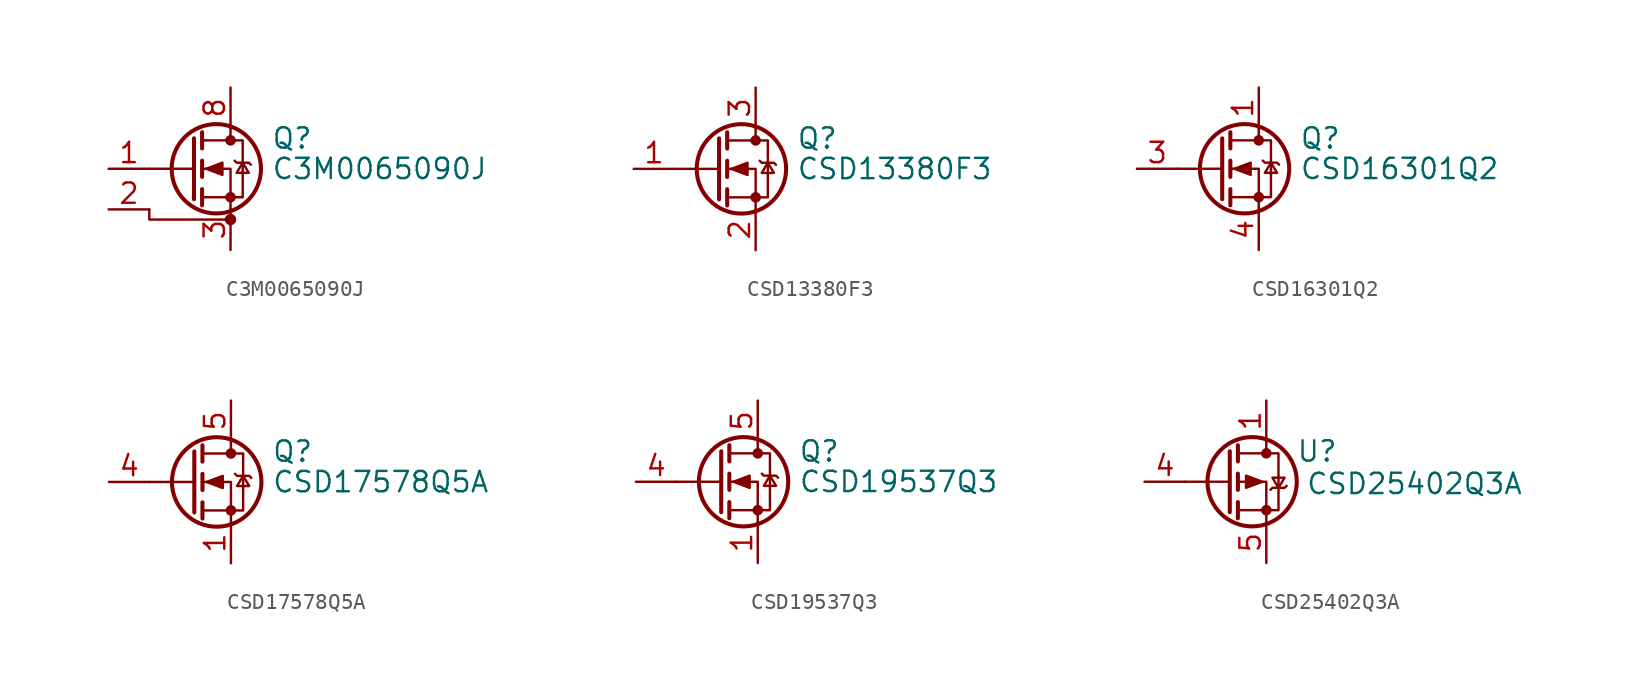
<source format=kicad_sym>
(kicad_symbol_lib
  (version 20241209)
  (generator "kicad_symbol_editor")
  (generator_version "9.0")
  (symbol "C3M0065090J"
    (pin_names
      (hide yes))
    (property "Reference" "Q"
      (at 5.08 1.905 0)
      (effects (font (size 1.27 1.27)) (justify left)))
    (property "Value" "C3M0065090J"
      (at 5.08 0 0)
      (effects (font (size 1.27 1.27)) (justify left)))
    (symbol "C3M0065090J_0_1"
      (polyline (pts (xy -2.54 -2.54) (xy -2.54 -3.175) (xy 2.54 -3.175)) (stroke (width 0) (type default)) (fill (type none)))
      (polyline (pts (xy 0.254 1.905) (xy 0.254 -1.905)) (stroke (width 0.254) (type default)) (fill (type none)))
      (polyline (pts (xy 0.254 0) (xy -2.54 0)) (stroke (width 0) (type default)) (fill (type none)))
      (polyline (pts (xy 0.762 2.286) (xy 0.762 1.27)) (stroke (width 0.254) (type default)) (fill (type none)))
      (polyline (pts (xy 0.762 0.508) (xy 0.762 -0.508)) (stroke (width 0.254) (type default)) (fill (type none)))
      (polyline (pts (xy 0.762 -1.27) (xy 0.762 -2.286)) (stroke (width 0.254) (type default)) (fill (type none)))
      (polyline (pts (xy 0.762 -1.778) (xy 3.302 -1.778) (xy 3.302 1.778) (xy 0.762 1.778)) (stroke (width 0) (type default)) (fill (type none)))
      (polyline (pts (xy 1.016 0) (xy 2.032 0.381) (xy 2.032 -0.381) (xy 1.016 0)) (stroke (width 0) (type default)) (fill (type outline)))
      (circle (center 1.651 0) (radius 2.794) (stroke (width 0.254) (type default)) (fill (type none)))
      (polyline (pts (xy 2.54 2.54) (xy 2.54 1.778)) (stroke (width 0) (type default)) (fill (type none)))
      (circle (center 2.54 1.778) (radius 0.254) (stroke (width 0) (type default)) (fill (type outline)))
      (circle (center 2.54 -1.778) (radius 0.254) (stroke (width 0) (type default)) (fill (type outline)))
      (polyline (pts (xy 2.54 -2.54) (xy 2.54 0) (xy 0.762 0)) (stroke (width 0) (type default)) (fill (type none)))
      (circle (center 2.54 -3.175) (radius 0.279) (stroke (width 0) (type default)) (fill (type outline)))
      (polyline (pts (xy 2.794 0.508) (xy 2.921 0.381) (xy 3.683 0.381) (xy 3.81 0.254)) (stroke (width 0) (type default)) (fill (type none)))
      (polyline (pts (xy 3.302 0.381) (xy 2.921 -0.254) (xy 3.683 -0.254) (xy 3.302 0.381)) (stroke (width 0) (type default)) (fill (type none))))
    (symbol "C3M0065090J_1_1"
      (pin input line (at -5.08 0 0) (length 2.54) (name "G" (effects (font (size 1.27 1.27)))) (number "1" (effects (font (size 1.27 1.27)))))
      (pin passive line (at -5.08 -2.54 0) (length 2.54) (name "DS" (effects (font (size 1.27 1.27)))) (number "2" (effects (font (size 1.27 1.27)))))
      (pin passive line (at 2.54 5.08 270) (length 2.54) (name "D" (effects (font (size 1.27 1.27)))) (number "8" (effects (font (size 1.27 1.27)))))
      (pin passive line (at 2.54 -5.08 90) (length 2.54) (name "S" (effects (font (size 1.27 1.27)))) (number "3" (effects (font (size 1.27 1.27)))))
      (pin passive line (at 2.54 -5.08 90) (length 2.54) (hide yes) (name "S" (effects (font (size 1.27 1.27)))) (number "4" (effects (font (size 1.27 1.27)))))
      (pin passive line (at 2.54 -5.08 90) (length 2.54) (hide yes) (name "S" (effects (font (size 1.27 1.27)))) (number "5" (effects (font (size 1.27 1.27)))))
      (pin passive line (at 2.54 -5.08 90) (length 2.54) (hide yes) (name "S" (effects (font (size 1.27 1.27)))) (number "6" (effects (font (size 1.27 1.27)))))
      (pin passive line (at 2.54 -5.08 90) (length 2.54) (hide yes) (name "S" (effects (font (size 1.27 1.27)))) (number "7" (effects (font (size 1.27 1.27)))))))
  (symbol "CSD13380F3"
    (pin_names
      (hide yes))
    (property "Reference" "Q"
      (at 5.08 1.905 0)
      (effects (font (size 1.27 1.27)) (justify left)))
    (property "Value" "CSD13380F3"
      (at 5.08 0 0)
      (effects (font (size 1.27 1.27)) (justify left)))
    (symbol "CSD13380F3_1_1"
      (polyline (pts (xy 0.254 0) (xy -2.54 0)) (stroke (width 0) (type default)) (fill (type none)))
      (polyline (pts (xy 0.254 -1.905) (xy 0.254 1.905)) (stroke (width 0.254) (type default)) (fill (type none)))
      (polyline (pts (xy 0.762 1.778) (xy 3.302 1.778) (xy 3.302 -1.778) (xy 0.762 -1.778)) (stroke (width 0) (type default)) (fill (type none)))
      (polyline (pts (xy 0.762 1.27) (xy 0.762 2.286)) (stroke (width 0.254) (type default)) (fill (type none)))
      (polyline (pts (xy 0.762 -0.508) (xy 0.762 0.508)) (stroke (width 0.254) (type default)) (fill (type none)))
      (polyline (pts (xy 0.762 -2.286) (xy 0.762 -1.27)) (stroke (width 0.254) (type default)) (fill (type none)))
      (polyline (pts (xy 1.016 0) (xy 2.032 -0.381) (xy 2.032 0.381) (xy 1.016 0)) (stroke (width 0) (type default)) (fill (type outline)))
      (circle (center 1.651 0) (radius 2.794) (stroke (width 0.254) (type default)) (fill (type none)))
      (polyline (pts (xy 2.54 1.905) (xy 2.54 2.54)) (stroke (width 0) (type default)) (fill (type none)))
      (circle (center 2.54 1.778) (radius 0.254) (stroke (width 0) (type default)) (fill (type outline)))
      (circle (center 2.54 -1.778) (radius 0.254) (stroke (width 0) (type default)) (fill (type outline)))
      (polyline (pts (xy 2.54 -2.54) (xy 2.54 0) (xy 0.762 0)) (stroke (width 0) (type default)) (fill (type none)))
      (polyline (pts (xy 2.794 0.508) (xy 2.921 0.381) (xy 3.683 0.381) (xy 3.81 0.254)) (stroke (width 0) (type default)) (fill (type none)))
      (polyline (pts (xy 3.302 0.381) (xy 2.921 -0.254) (xy 3.683 -0.254) (xy 3.302 0.381)) (stroke (width 0) (type default)) (fill (type none)))
      (pin input line (at -5.08 0 0) (length 2.54) (name "G" (effects (font (size 1.27 1.27)))) (number "1" (effects (font (size 1.27 1.27)))))
      (pin passive line (at 2.54 5.08 270) (length 2.54) (name "D" (effects (font (size 1.27 1.27)))) (number "3" (effects (font (size 1.27 1.27)))))
      (pin passive line (at 2.54 -5.08 90) (length 2.54) (name "S" (effects (font (size 1.27 1.27)))) (number "2" (effects (font (size 1.27 1.27)))))))
  (symbol "CSD16301Q2"
    (pin_names
      (hide yes))
    (property "Reference" "Q"
      (at 5.08 1.905 0)
      (effects (font (size 1.27 1.27)) (justify left)))
    (property "Value" "CSD16301Q2"
      (at 5.08 0 0)
      (effects (font (size 1.27 1.27)) (justify left)))
    (symbol "CSD16301Q2_0_1"
      (polyline (pts (xy 0.254 1.905) (xy 0.254 -1.905)) (stroke (width 0.254) (type default)) (fill (type none)))
      (polyline (pts (xy 0.254 0) (xy -2.54 0)) (stroke (width 0) (type default)) (fill (type none)))
      (polyline (pts (xy 0.762 2.286) (xy 0.762 1.27)) (stroke (width 0.254) (type default)) (fill (type none)))
      (polyline (pts (xy 0.762 0.508) (xy 0.762 -0.508)) (stroke (width 0.254) (type default)) (fill (type none)))
      (polyline (pts (xy 0.762 -1.27) (xy 0.762 -2.286)) (stroke (width 0.254) (type default)) (fill (type none)))
      (polyline (pts (xy 0.762 -1.778) (xy 3.302 -1.778) (xy 3.302 1.778) (xy 0.762 1.778)) (stroke (width 0) (type default)) (fill (type none)))
      (polyline (pts (xy 1.016 0) (xy 2.032 0.381) (xy 2.032 -0.381) (xy 1.016 0)) (stroke (width 0) (type default)) (fill (type outline)))
      (circle (center 1.651 0) (radius 2.794) (stroke (width 0.254) (type default)) (fill (type none)))
      (polyline (pts (xy 2.54 2.54) (xy 2.54 1.778)) (stroke (width 0) (type default)) (fill (type none)))
      (circle (center 2.54 1.778) (radius 0.254) (stroke (width 0) (type default)) (fill (type outline)))
      (circle (center 2.54 -1.778) (radius 0.254) (stroke (width 0) (type default)) (fill (type outline)))
      (polyline (pts (xy 2.54 -2.54) (xy 2.54 0) (xy 0.762 0)) (stroke (width 0) (type default)) (fill (type none)))
      (polyline (pts (xy 2.794 0.508) (xy 2.921 0.381) (xy 3.683 0.381) (xy 3.81 0.254)) (stroke (width 0) (type default)) (fill (type none)))
      (polyline (pts (xy 3.302 0.381) (xy 2.921 -0.254) (xy 3.683 -0.254) (xy 3.302 0.381)) (stroke (width 0) (type default)) (fill (type none))))
    (symbol "CSD16301Q2_1_1"
      (pin passive line (at -5.08 0 0) (length 2.54) (name "G" (effects (font (size 1.27 1.27)))) (number "3" (effects (font (size 1.27 1.27)))))
      (pin passive line (at 2.54 5.08 270) (length 2.54) (name "D" (effects (font (size 1.27 1.27)))) (number "1" (effects (font (size 1.27 1.27)))))
      (pin passive line (at 2.54 5.08 270) (length 2.54) (hide yes) (name "D" (effects (font (size 1.27 1.27)))) (number "2" (effects (font (size 1.27 1.27)))))
      (pin passive line (at 2.54 5.08 270) (length 2.54) (hide yes) (name "D" (effects (font (size 1.27 1.27)))) (number "5" (effects (font (size 1.27 1.27)))))
      (pin passive line (at 2.54 5.08 270) (length 2.54) (hide yes) (name "D" (effects (font (size 1.27 1.27)))) (number "6" (effects (font (size 1.27 1.27)))))
      (pin passive line (at 2.54 5.08 270) (length 2.54) (hide yes) (name "D" (effects (font (size 1.27 1.27)))) (number "8" (effects (font (size 1.27 1.27)))))
      (pin passive line (at 2.54 -5.08 90) (length 2.54) (name "S" (effects (font (size 1.27 1.27)))) (number "4" (effects (font (size 1.27 1.27)))))
      (pin passive line (at 2.54 -5.08 90) (length 2.54) (hide yes) (name "S" (effects (font (size 1.27 1.27)))) (number "7" (effects (font (size 1.27 1.27)))))))
  (symbol "CSD17578Q5A"
    (pin_names
      (hide yes))
    (property "Reference" "Q"
      (at 5.08 1.905 0)
      (effects (font (size 1.27 1.27)) (justify left)))
    (property "Value" "CSD17578Q5A"
      (at 5.08 0 0)
      (effects (font (size 1.27 1.27)) (justify left)))
    (symbol "CSD17578Q5A_0_1"
      (polyline (pts (xy 0.254 1.905) (xy 0.254 -1.905)) (stroke (width 0.254) (type default)) (fill (type none)))
      (polyline (pts (xy 0.254 0) (xy -2.54 0)) (stroke (width 0) (type default)) (fill (type none)))
      (polyline (pts (xy 0.762 2.286) (xy 0.762 1.27)) (stroke (width 0.254) (type default)) (fill (type none)))
      (polyline (pts (xy 0.762 0.508) (xy 0.762 -0.508)) (stroke (width 0.254) (type default)) (fill (type none)))
      (polyline (pts (xy 0.762 -1.27) (xy 0.762 -2.286)) (stroke (width 0.254) (type default)) (fill (type none)))
      (polyline (pts (xy 0.762 -1.778) (xy 3.302 -1.778) (xy 3.302 1.778) (xy 0.762 1.778)) (stroke (width 0) (type default)) (fill (type none)))
      (polyline (pts (xy 1.016 0) (xy 2.032 0.381) (xy 2.032 -0.381) (xy 1.016 0)) (stroke (width 0) (type default)) (fill (type outline)))
      (circle (center 1.651 0) (radius 2.794) (stroke (width 0.254) (type default)) (fill (type none)))
      (polyline (pts (xy 2.54 2.54) (xy 2.54 1.778)) (stroke (width 0) (type default)) (fill (type none)))
      (circle (center 2.54 1.778) (radius 0.254) (stroke (width 0) (type default)) (fill (type outline)))
      (circle (center 2.54 -1.778) (radius 0.254) (stroke (width 0) (type default)) (fill (type outline)))
      (polyline (pts (xy 2.54 -2.54) (xy 2.54 0) (xy 0.762 0)) (stroke (width 0) (type default)) (fill (type none)))
      (polyline (pts (xy 2.794 0.508) (xy 2.921 0.381) (xy 3.683 0.381) (xy 3.81 0.254)) (stroke (width 0) (type default)) (fill (type none)))
      (polyline (pts (xy 3.302 0.381) (xy 2.921 -0.254) (xy 3.683 -0.254) (xy 3.302 0.381)) (stroke (width 0) (type default)) (fill (type none))))
    (symbol "CSD17578Q5A_1_1"
      (pin passive line (at -5.08 0 0) (length 2.54) (name "G" (effects (font (size 1.27 1.27)))) (number "4" (effects (font (size 1.27 1.27)))))
      (pin passive line (at 2.54 5.08 270) (length 2.54) (name "D" (effects (font (size 1.27 1.27)))) (number "5" (effects (font (size 1.27 1.27)))))
      (pin passive line (at 2.54 -5.08 90) (length 2.54) (name "S" (effects (font (size 1.27 1.27)))) (number "1" (effects (font (size 1.27 1.27)))))
      (pin passive line (at 2.54 -5.08 90) (length 2.54) (hide yes) (name "S" (effects (font (size 1.27 1.27)))) (number "2" (effects (font (size 1.27 1.27)))))
      (pin passive line (at 2.54 -5.08 90) (length 2.54) (hide yes) (name "S" (effects (font (size 1.27 1.27)))) (number "3" (effects (font (size 1.27 1.27)))))))
  (symbol "CSD19537Q3"
    (pin_names
      (hide yes))
    (property "Reference" "Q"
      (at 5.08 1.905 0)
      (effects (font (size 1.27 1.27)) (justify left)))
    (property "Value" "CSD19537Q3"
      (at 5.08 0 0)
      (effects (font (size 1.27 1.27)) (justify left)))
    (symbol "CSD19537Q3_0_1"
      (polyline (pts (xy 0.254 1.905) (xy 0.254 -1.905)) (stroke (width 0.254) (type default)) (fill (type none)))
      (polyline (pts (xy 0.254 0) (xy -2.54 0)) (stroke (width 0) (type default)) (fill (type none)))
      (polyline (pts (xy 0.762 2.286) (xy 0.762 1.27)) (stroke (width 0.254) (type default)) (fill (type none)))
      (polyline (pts (xy 0.762 0.508) (xy 0.762 -0.508)) (stroke (width 0.254) (type default)) (fill (type none)))
      (polyline (pts (xy 0.762 -1.27) (xy 0.762 -2.286)) (stroke (width 0.254) (type default)) (fill (type none)))
      (polyline (pts (xy 0.762 -1.778) (xy 3.302 -1.778) (xy 3.302 1.778) (xy 0.762 1.778)) (stroke (width 0) (type default)) (fill (type none)))
      (polyline (pts (xy 1.016 0) (xy 2.032 0.381) (xy 2.032 -0.381) (xy 1.016 0)) (stroke (width 0) (type default)) (fill (type outline)))
      (circle (center 1.651 0) (radius 2.794) (stroke (width 0.254) (type default)) (fill (type none)))
      (polyline (pts (xy 2.54 2.54) (xy 2.54 1.778)) (stroke (width 0) (type default)) (fill (type none)))
      (circle (center 2.54 1.778) (radius 0.254) (stroke (width 0) (type default)) (fill (type outline)))
      (circle (center 2.54 -1.778) (radius 0.254) (stroke (width 0) (type default)) (fill (type outline)))
      (polyline (pts (xy 2.54 -2.54) (xy 2.54 0) (xy 0.762 0)) (stroke (width 0) (type default)) (fill (type none)))
      (polyline (pts (xy 2.794 0.508) (xy 2.921 0.381) (xy 3.683 0.381) (xy 3.81 0.254)) (stroke (width 0) (type default)) (fill (type none)))
      (polyline (pts (xy 3.302 0.381) (xy 2.921 -0.254) (xy 3.683 -0.254) (xy 3.302 0.381)) (stroke (width 0) (type default)) (fill (type none))))
    (symbol "CSD19537Q3_1_1"
      (pin passive line (at -5.08 0 0) (length 2.54) (name "G" (effects (font (size 1.27 1.27)))) (number "4" (effects (font (size 1.27 1.27)))))
      (pin passive line (at 2.54 5.08 270) (length 2.54) (name "D" (effects (font (size 1.27 1.27)))) (number "5" (effects (font (size 1.27 1.27)))))
      (pin passive line (at 2.54 -5.08 90) (length 2.54) (name "S" (effects (font (size 1.27 1.27)))) (number "1" (effects (font (size 1.27 1.27)))))
      (pin passive line (at 2.54 -5.08 90) (length 2.54) (hide yes) (name "S" (effects (font (size 1.27 1.27)))) (number "2" (effects (font (size 1.27 1.27)))))
      (pin passive line (at 2.54 -5.08 90) (length 2.54) (hide yes) (name "S" (effects (font (size 1.27 1.27)))) (number "3" (effects (font (size 1.27 1.27)))))))
  (symbol "CSD25402Q3A"
    (pin_names
      (hide yes))
    (property "Reference" "U"
      (at 5.715 1.905 0)
      (effects (font (size 1.27 1.27))))
    (property "Value" "CSD25402Q3A"
      (at 11.811 -0.127 0)
      (effects (font (size 1.27 1.27))))
    (symbol "CSD25402Q3A_0_1"
      (polyline (pts (xy 0.254 1.905) (xy 0.254 -1.905)) (stroke (width 0.254) (type default)) (fill (type none)))
      (polyline (pts (xy 0.254 0) (xy -2.54 0)) (stroke (width 0) (type default)) (fill (type none)))
      (polyline (pts (xy 0.762 2.286) (xy 0.762 1.27)) (stroke (width 0.254) (type default)) (fill (type none)))
      (polyline (pts (xy 0.762 1.778) (xy 3.302 1.778) (xy 3.302 -1.778) (xy 0.762 -1.778)) (stroke (width 0) (type default)) (fill (type none)))
      (polyline (pts (xy 0.762 0.508) (xy 0.762 -0.508)) (stroke (width 0.254) (type default)) (fill (type none)))
      (polyline (pts (xy 0.762 -1.27) (xy 0.762 -2.286)) (stroke (width 0.254) (type default)) (fill (type none)))
      (circle (center 1.651 0) (radius 2.794) (stroke (width 0.254) (type default)) (fill (type none)))
      (polyline (pts (xy 2.286 0) (xy 1.27 0.381) (xy 1.27 -0.381) (xy 2.286 0)) (stroke (width 0) (type default)) (fill (type outline)))
      (polyline (pts (xy 2.54 2.54) (xy 2.54 1.778)) (stroke (width 0) (type default)) (fill (type none)))
      (circle (center 2.54 1.778) (radius 0.254) (stroke (width 0) (type default)) (fill (type outline)))
      (circle (center 2.54 -1.778) (radius 0.254) (stroke (width 0) (type default)) (fill (type outline)))
      (polyline (pts (xy 2.54 -2.54) (xy 2.54 0) (xy 0.762 0)) (stroke (width 0) (type default)) (fill (type none)))
      (polyline (pts (xy 2.794 -0.508) (xy 2.921 -0.381) (xy 3.683 -0.381) (xy 3.81 -0.254)) (stroke (width 0) (type default)) (fill (type none)))
      (polyline (pts (xy 3.302 -0.381) (xy 2.921 0.254) (xy 3.683 0.254) (xy 3.302 -0.381)) (stroke (width 0) (type default)) (fill (type none))))
    (symbol "CSD25402Q3A_1_1"
      (pin input line (at -5.08 0 0) (length 2.54) (name "G" (effects (font (size 1.27 1.27)))) (number "4" (effects (font (size 1.27 1.27)))))
      (pin passive line (at 2.54 5.08 270) (length 2.54) (name "D" (effects (font (size 1.27 1.27)))) (number "1" (effects (font (size 1.27 1.27)))))
      (pin passive line (at 2.54 5.08 270) (length 2.54) (hide yes) (name "D" (effects (font (size 1.27 1.27)))) (number "2" (effects (font (size 1.27 1.27)))))
      (pin passive line (at 2.54 5.08 270) (length 2.54) (hide yes) (name "D" (effects (font (size 1.27 1.27)))) (number "3" (effects (font (size 1.27 1.27)))))
      (pin passive line (at 2.54 -5.08 90) (length 2.54) (name "S" (effects (font (size 1.27 1.27)))) (number "5" (effects (font (size 1.27 1.27))))))))
</source>
